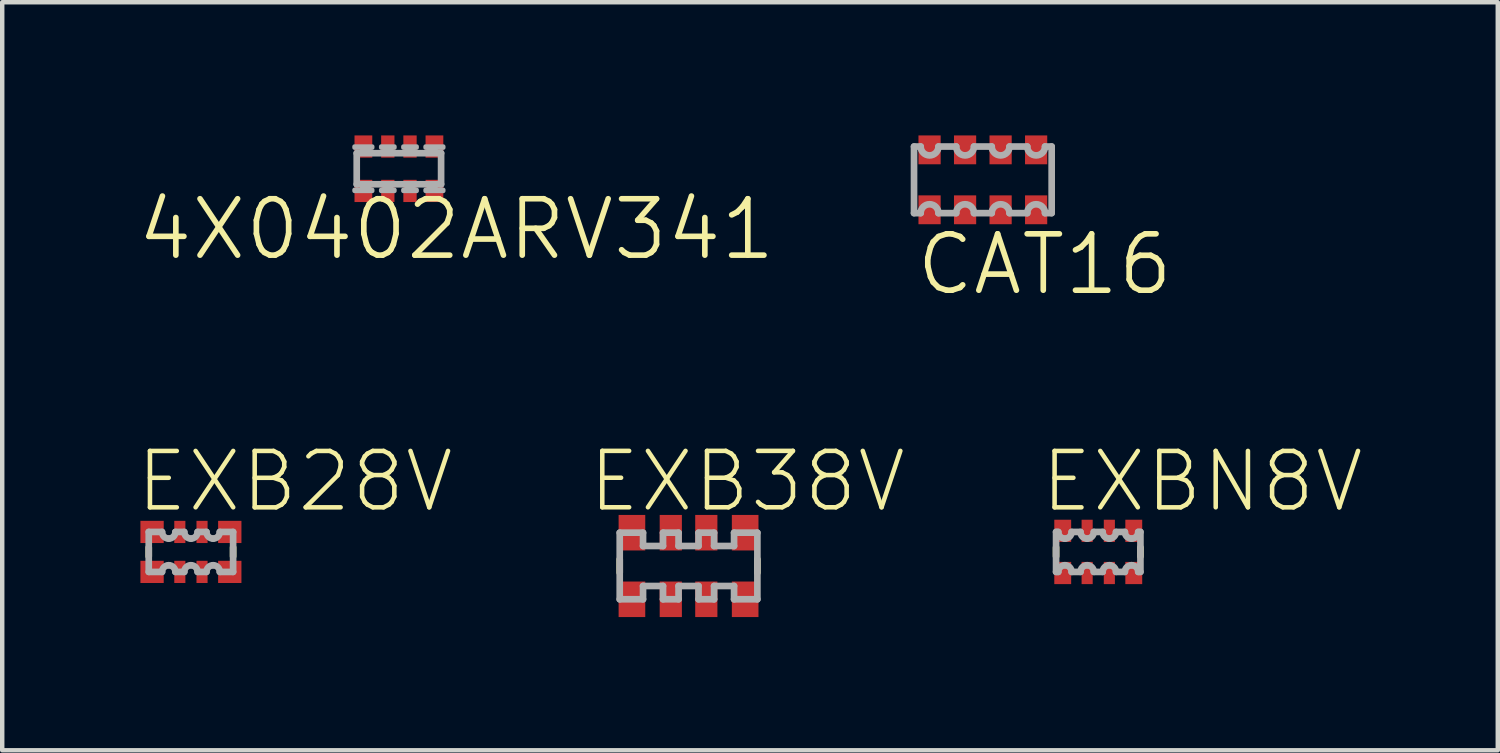
<source format=kicad_pcb>
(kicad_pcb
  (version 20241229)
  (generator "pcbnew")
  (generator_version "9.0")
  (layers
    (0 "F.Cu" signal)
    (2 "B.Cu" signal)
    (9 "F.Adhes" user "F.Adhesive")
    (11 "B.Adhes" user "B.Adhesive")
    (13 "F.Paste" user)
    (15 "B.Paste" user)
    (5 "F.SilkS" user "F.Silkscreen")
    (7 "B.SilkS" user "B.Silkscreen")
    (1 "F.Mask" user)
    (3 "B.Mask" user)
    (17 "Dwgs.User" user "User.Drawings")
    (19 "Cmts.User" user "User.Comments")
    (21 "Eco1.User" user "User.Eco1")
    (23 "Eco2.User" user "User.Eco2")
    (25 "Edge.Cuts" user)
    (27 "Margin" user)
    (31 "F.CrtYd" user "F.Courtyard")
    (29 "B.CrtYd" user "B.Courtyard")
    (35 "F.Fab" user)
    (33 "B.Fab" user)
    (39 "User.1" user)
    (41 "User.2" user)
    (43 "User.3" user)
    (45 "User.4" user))
  (footprint "EXB38V"
    (layer "F.Cu")
    (at 12.457 9.697)
    (property "Reference" "EXB38V" (at 1.323 -1.905 0) (layer "F.SilkS") (effects (font (size 1.27 1.27) (thickness 0.102))))
    (attr through_hole)
    (fp_line (start -1.55 0.15) (end -1.55 -0.15) (stroke (width 0.15) (type solid)) (layer "F.SilkS"))
    (fp_line (start 1.55 -0.15) (end 1.55 0.15) (stroke (width 0.15) (type solid)) (layer "F.SilkS"))
    (fp_line (start -1.55 -0.75) (end -1.025 -0.75) (stroke (width 0.15) (type solid)) (layer "F.Fab"))
    (fp_line (start -1.55 0.75) (end -1.55 -0.75) (stroke (width 0.15) (type solid)) (layer "F.Fab"))
    (fp_line (start -1.025 -0.75) (end -1.025 -0.45) (stroke (width 0.15) (type solid)) (layer "F.Fab"))
    (fp_line (start -1.025 -0.45) (end -0.575 -0.45) (stroke (width 0.15) (type solid)) (layer "F.Fab"))
    (fp_line (start -1.025 0.45) (end -1.025 0.75) (stroke (width 0.15) (type solid)) (layer "F.Fab"))
    (fp_line (start -1.025 0.75) (end -1.55 0.75) (stroke (width 0.15) (type solid)) (layer "F.Fab"))
    (fp_line (start -0.575 -0.75) (end -0.225 -0.75) (stroke (width 0.15) (type solid)) (layer "F.Fab"))
    (fp_line (start -0.575 -0.45) (end -0.575 -0.75) (stroke (width 0.15) (type solid)) (layer "F.Fab"))
    (fp_line (start -0.575 0.45) (end -1.025 0.45) (stroke (width 0.15) (type solid)) (layer "F.Fab"))
    (fp_line (start -0.575 0.75) (end -0.575 0.45) (stroke (width 0.15) (type solid)) (layer "F.Fab"))
    (fp_line (start -0.225 -0.75) (end -0.225 -0.45) (stroke (width 0.15) (type solid)) (layer "F.Fab"))
    (fp_line (start -0.225 -0.45) (end 0.225 -0.45) (stroke (width 0.15) (type solid)) (layer "F.Fab"))
    (fp_line (start -0.225 0.45) (end -0.225 0.75) (stroke (width 0.15) (type solid)) (layer "F.Fab"))
    (fp_line (start -0.225 0.75) (end -0.575 0.75) (stroke (width 0.15) (type solid)) (layer "F.Fab"))
    (fp_line (start 0.225 -0.75) (end 0.575 -0.75) (stroke (width 0.15) (type solid)) (layer "F.Fab"))
    (fp_line (start 0.225 -0.45) (end 0.225 -0.75) (stroke (width 0.15) (type solid)) (layer "F.Fab"))
    (fp_line (start 0.225 0.45) (end -0.225 0.45) (stroke (width 0.15) (type solid)) (layer "F.Fab"))
    (fp_line (start 0.225 0.75) (end 0.225 0.45) (stroke (width 0.15) (type solid)) (layer "F.Fab"))
    (fp_line (start 0.575 -0.75) (end 0.575 -0.45) (stroke (width 0.15) (type solid)) (layer "F.Fab"))
    (fp_line (start 0.575 -0.45) (end 1.025 -0.45) (stroke (width 0.15) (type solid)) (layer "F.Fab"))
    (fp_line (start 0.575 0.45) (end 0.575 0.75) (stroke (width 0.15) (type solid)) (layer "F.Fab"))
    (fp_line (start 0.575 0.75) (end 0.225 0.75) (stroke (width 0.15) (type solid)) (layer "F.Fab"))
    (fp_line (start 1.025 -0.75) (end 1.55 -0.75) (stroke (width 0.15) (type solid)) (layer "F.Fab"))
    (fp_line (start 1.025 -0.45) (end 1.025 -0.75) (stroke (width 0.15) (type solid)) (layer "F.Fab"))
    (fp_line (start 1.025 0.45) (end 0.575 0.45) (stroke (width 0.15) (type solid)) (layer "F.Fab"))
    (fp_line (start 1.025 0.75) (end 1.025 0.45) (stroke (width 0.15) (type solid)) (layer "F.Fab"))
    (fp_line (start 1.55 -0.75) (end 1.55 0.75) (stroke (width 0.15) (type solid)) (layer "F.Fab"))
    (fp_line (start 1.55 0.75) (end 1.025 0.75) (stroke (width 0.15) (type solid)) (layer "F.Fab"))
    (pad "1" smd rect (at -1.275 0.75) (size 0.6 0.8) (layers "F.Cu" "F.Mask" "F.Paste"))
    (pad "2" smd rect (at -0.4 0.75) (size 0.5 0.8) (layers "F.Cu" "F.Mask" "F.Paste"))
    (pad "3" smd rect (at 0.4 0.75) (size 0.5 0.8) (layers "F.Cu" "F.Mask" "F.Paste"))
    (pad "4" smd rect (at 1.275 0.75) (size 0.6 0.8) (layers "F.Cu" "F.Mask" "F.Paste"))
    (pad "5" smd rect (at 1.275 -0.75) (size 0.6 0.8) (layers "F.Cu" "F.Mask" "F.Paste"))
    (pad "6" smd rect (at 0.4 -0.75) (size 0.5 0.8) (layers "F.Cu" "F.Mask" "F.Paste"))
    (pad "7" smd rect (at -0.4 -0.75) (size 0.5 0.8) (layers "F.Cu" "F.Mask" "F.Paste"))
    (pad "8" smd rect (at -1.275 -0.75) (size 0.6 0.8) (layers "F.Cu" "F.Mask" "F.Paste")))
  (footprint "CAT16"
    (layer "F.Cu")
    (at 19.085 1)
    (property "Reference" "CAT16" (at 1.391 1.905 0) (layer "F.SilkS") (effects (font (size 1.27 1.27) (thickness 0.127))))
    (attr through_hole)
    (fp_line (start -1.55 -0.75) (end -1.4 -0.75) (stroke (width 0.15) (type solid)) (layer "F.Fab"))
    (fp_line (start -1.55 0.75) (end -1.55 -0.75) (stroke (width 0.15) (type solid)) (layer "F.Fab"))
    (fp_line (start -1.4 0.75) (end -1.55 0.75) (stroke (width 0.15) (type solid)) (layer "F.Fab"))
    (fp_line (start -1 -0.75) (end -0.6 -0.75) (stroke (width 0.15) (type solid)) (layer "F.Fab"))
    (fp_line (start -0.6 0.75) (end -1 0.75) (stroke (width 0.15) (type solid)) (layer "F.Fab"))
    (fp_line (start -0.2 -0.75) (end 0.2 -0.75) (stroke (width 0.15) (type solid)) (layer "F.Fab"))
    (fp_line (start 0.2 0.75) (end -0.2 0.75) (stroke (width 0.15) (type solid)) (layer "F.Fab"))
    (fp_line (start 0.6 -0.75) (end 1 -0.75) (stroke (width 0.15) (type solid)) (layer "F.Fab"))
    (fp_line (start 1 0.75) (end 0.6 0.75) (stroke (width 0.15) (type solid)) (layer "F.Fab"))
    (fp_line (start 1.4 -0.75) (end 1.55 -0.75) (stroke (width 0.15) (type solid)) (layer "F.Fab"))
    (fp_line (start 1.55 -0.75) (end 1.55 0.75) (stroke (width 0.15) (type solid)) (layer "F.Fab"))
    (fp_line (start 1.55 0.75) (end 1.4 0.75) (stroke (width 0.15) (type solid)) (layer "F.Fab"))
    (fp_arc (start -1.4 0.75) (mid -1.2 0.55) (end -1 0.75) (stroke (width 0.15) (type solid)) (layer "F.Fab"))
    (fp_arc (start -1 -0.75) (mid -1.2 -0.55) (end -1.4 -0.75) (stroke (width 0.15) (type solid)) (layer "F.Fab"))
    (fp_arc (start -0.6 0.75) (mid -0.4 0.55) (end -0.2 0.75) (stroke (width 0.15) (type solid)) (layer "F.Fab"))
    (fp_arc (start -0.2 -0.75) (mid -0.4 -0.55) (end -0.6 -0.75) (stroke (width 0.15) (type solid)) (layer "F.Fab"))
    (fp_arc (start 0.2 0.75) (mid 0.4 0.55) (end 0.6 0.75) (stroke (width 0.15) (type solid)) (layer "F.Fab"))
    (fp_arc (start 0.6 -0.75) (mid 0.4 -0.55) (end 0.2 -0.75) (stroke (width 0.15) (type solid)) (layer "F.Fab"))
    (fp_arc (start 1 0.75) (mid 1.2 0.55) (end 1.4 0.75) (stroke (width 0.15) (type solid)) (layer "F.Fab"))
    (fp_arc (start 1.4 -0.75) (mid 1.2 -0.55) (end 1 -0.75) (stroke (width 0.15) (type solid)) (layer "F.Fab"))
    (pad "1" smd rect (at -1.2 0.675) (size 0.5 0.65) (layers "F.Cu" "F.Mask" "F.Paste"))
    (pad "2" smd rect (at -0.4 0.675) (size 0.5 0.65) (layers "F.Cu" "F.Mask" "F.Paste"))
    (pad "3" smd rect (at 0.4 0.675) (size 0.5 0.65) (layers "F.Cu" "F.Mask" "F.Paste"))
    (pad "4" smd rect (at 1.2 0.675) (size 0.5 0.65) (layers "F.Cu" "F.Mask" "F.Paste"))
    (pad "5" smd rect (at 1.2 -0.675) (size 0.5 0.65) (layers "F.Cu" "F.Mask" "F.Paste"))
    (pad "6" smd rect (at 0.4 -0.675) (size 0.5 0.65) (layers "F.Cu" "F.Mask" "F.Paste"))
    (pad "7" smd rect (at -0.4 -0.675) (size 0.5 0.65) (layers "F.Cu" "F.Mask" "F.Paste"))
    (pad "8" smd rect (at -1.2 -0.675) (size 0.5 0.65) (layers "F.Cu" "F.Mask" "F.Paste")))
  (footprint "EXBN8V"
    (layer "F.Cu")
    (at 21.684 9.38)
    (property "Reference" "EXBN8V" (at 2.343 -1.587 0) (layer "F.SilkS") (effects (font (size 1.27 1.27) (thickness 0.102))))
    (attr through_hole)
    (fp_line (start -0.95 0.1) (end -0.95 -0.1) (stroke (width 0.15) (type solid)) (layer "F.SilkS"))
    (fp_line (start 0.95 -0.1) (end 0.95 0.1) (stroke (width 0.15) (type solid)) (layer "F.SilkS"))
    (fp_line (start -0.95 -0.45) (end -0.9 -0.45) (stroke (width 0.15) (type solid)) (layer "F.Fab"))
    (fp_line (start -0.95 0.45) (end -0.95 -0.45) (stroke (width 0.15) (type solid)) (layer "F.Fab"))
    (fp_line (start -0.9 0.45) (end -0.95 0.45) (stroke (width 0.15) (type solid)) (layer "F.Fab"))
    (fp_line (start -0.6 -0.45) (end -0.4 -0.45) (stroke (width 0.15) (type solid)) (layer "F.Fab"))
    (fp_line (start -0.4 0.45) (end -0.6 0.45) (stroke (width 0.15) (type solid)) (layer "F.Fab"))
    (fp_line (start -0.1 -0.45) (end 0.1 -0.45) (stroke (width 0.15) (type solid)) (layer "F.Fab"))
    (fp_line (start 0.1 0.45) (end -0.1 0.45) (stroke (width 0.15) (type solid)) (layer "F.Fab"))
    (fp_line (start 0.4 -0.45) (end 0.6 -0.45) (stroke (width 0.15) (type solid)) (layer "F.Fab"))
    (fp_line (start 0.6 0.45) (end 0.4 0.45) (stroke (width 0.15) (type solid)) (layer "F.Fab"))
    (fp_line (start 0.9 -0.45) (end 0.95 -0.45) (stroke (width 0.15) (type solid)) (layer "F.Fab"))
    (fp_line (start 0.95 -0.45) (end 0.95 0.45) (stroke (width 0.15) (type solid)) (layer "F.Fab"))
    (fp_line (start 0.95 0.45) (end 0.9 0.45) (stroke (width 0.15) (type solid)) (layer "F.Fab"))
    (fp_arc (start -0.9 0.45) (mid -0.856066 0.343934) (end -0.75 0.3) (stroke (width 0.15) (type solid)) (layer "F.Fab"))
    (fp_arc (start -0.75 -0.3) (mid -0.856066 -0.343934) (end -0.9 -0.45) (stroke (width 0.15) (type solid)) (layer "F.Fab"))
    (fp_arc (start -0.75 0.3) (mid -0.643934 0.343934) (end -0.6 0.45) (stroke (width 0.15) (type solid)) (layer "F.Fab"))
    (fp_arc (start -0.6 -0.45) (mid -0.643934 -0.343934) (end -0.75 -0.3) (stroke (width 0.15) (type solid)) (layer "F.Fab"))
    (fp_arc (start -0.4 0.45) (mid -0.356066 0.343934) (end -0.25 0.3) (stroke (width 0.15) (type solid)) (layer "F.Fab"))
    (fp_arc (start -0.25 -0.3) (mid -0.356066 -0.343934) (end -0.4 -0.45) (stroke (width 0.15) (type solid)) (layer "F.Fab"))
    (fp_arc (start -0.25 0.3) (mid -0.143934 0.343934) (end -0.1 0.45) (stroke (width 0.15) (type solid)) (layer "F.Fab"))
    (fp_arc (start -0.1 -0.45) (mid -0.143934 -0.343934) (end -0.25 -0.3) (stroke (width 0.15) (type solid)) (layer "F.Fab"))
    (fp_arc (start 0.1 0.45) (mid 0.143934 0.343934) (end 0.25 0.3) (stroke (width 0.15) (type solid)) (layer "F.Fab"))
    (fp_arc (start 0.25 -0.3) (mid 0.143934 -0.343934) (end 0.1 -0.45) (stroke (width 0.15) (type solid)) (layer "F.Fab"))
    (fp_arc (start 0.25 0.3) (mid 0.356066 0.343934) (end 0.4 0.45) (stroke (width 0.15) (type solid)) (layer "F.Fab"))
    (fp_arc (start 0.4 -0.45) (mid 0.356066 -0.343934) (end 0.25 -0.3) (stroke (width 0.15) (type solid)) (layer "F.Fab"))
    (fp_arc (start 0.6 0.45) (mid 0.643934 0.343934) (end 0.75 0.3) (stroke (width 0.15) (type solid)) (layer "F.Fab"))
    (fp_arc (start 0.75 -0.3) (mid 0.643934 -0.343934) (end 0.6 -0.45) (stroke (width 0.15) (type solid)) (layer "F.Fab"))
    (fp_arc (start 0.75 0.3) (mid 0.856066 0.343934) (end 0.9 0.45) (stroke (width 0.15) (type solid)) (layer "F.Fab"))
    (fp_arc (start 0.9 -0.45) (mid 0.856066 -0.343934) (end 0.75 -0.3) (stroke (width 0.15) (type solid)) (layer "F.Fab"))
    (pad "1" smd rect (at -0.8 0.475) (size 0.38 0.5) (layers "F.Cu" "F.Mask" "F.Paste"))
    (pad "2" smd rect (at -0.25 0.475) (size 0.25 0.5) (layers "F.Cu" "F.Mask" "F.Paste"))
    (pad "3" smd rect (at 0.25 0.475) (size 0.25 0.5) (layers "F.Cu" "F.Mask" "F.Paste"))
    (pad "4" smd rect (at 0.8 0.475) (size 0.38 0.5) (layers "F.Cu" "F.Mask" "F.Paste"))
    (pad "5" smd rect (at 0.8 -0.475) (size 0.38 0.5) (layers "F.Cu" "F.Mask" "F.Paste"))
    (pad "6" smd rect (at 0.25 -0.475) (size 0.25 0.5) (layers "F.Cu" "F.Mask" "F.Paste"))
    (pad "7" smd rect (at -0.25 -0.475) (size 0.25 0.5) (layers "F.Cu" "F.Mask" "F.Paste"))
    (pad "8" smd rect (at -0.8 -0.475) (size 0.38 0.5) (layers "F.Cu" "F.Mask" "F.Paste")))
  (footprint "EXB28V"
    (layer "F.Cu")
    (at 1.25 9.38)
    (property "Reference" "EXB28V" (at 2.343 -1.587 0) (layer "F.SilkS") (effects (font (size 1.27 1.27) (thickness 0.102))))
    (attr through_hole)
    (fp_line (start -0.95 0.1) (end -0.95 -0.1) (stroke (width 0.15) (type solid)) (layer "F.SilkS"))
    (fp_line (start 0.95 -0.1) (end 0.95 0.1) (stroke (width 0.15) (type solid)) (layer "F.SilkS"))
    (fp_line (start -0.95 -0.45) (end -0.65 -0.45) (stroke (width 0.15) (type solid)) (layer "F.Fab"))
    (fp_line (start -0.95 0.45) (end -0.95 -0.45) (stroke (width 0.15) (type solid)) (layer "F.Fab"))
    (fp_line (start -0.65 0.45) (end -0.95 0.45) (stroke (width 0.15) (type solid)) (layer "F.Fab"))
    (fp_line (start -0.35 -0.45) (end -0.15 -0.45) (stroke (width 0.15) (type solid)) (layer "F.Fab"))
    (fp_line (start -0.15 0.45) (end -0.35 0.45) (stroke (width 0.15) (type solid)) (layer "F.Fab"))
    (fp_line (start 0.15 -0.45) (end 0.35 -0.45) (stroke (width 0.15) (type solid)) (layer "F.Fab"))
    (fp_line (start 0.35 0.45) (end 0.15 0.45) (stroke (width 0.15) (type solid)) (layer "F.Fab"))
    (fp_line (start 0.65 -0.45) (end 0.95 -0.45) (stroke (width 0.15) (type solid)) (layer "F.Fab"))
    (fp_line (start 0.95 -0.45) (end 0.95 0.45) (stroke (width 0.15) (type solid)) (layer "F.Fab"))
    (fp_line (start 0.95 0.45) (end 0.65 0.45) (stroke (width 0.15) (type solid)) (layer "F.Fab"))
    (fp_arc (start -0.65 0.45) (mid -0.606066 0.343934) (end -0.5 0.3) (stroke (width 0.15) (type solid)) (layer "F.Fab"))
    (fp_arc (start -0.5 -0.3) (mid -0.606066 -0.343934) (end -0.65 -0.45) (stroke (width 0.15) (type solid)) (layer "F.Fab"))
    (fp_arc (start -0.5 0.3) (mid -0.393934 0.343934) (end -0.35 0.45) (stroke (width 0.15) (type solid)) (layer "F.Fab"))
    (fp_arc (start -0.35 -0.45) (mid -0.393934 -0.343934) (end -0.5 -0.3) (stroke (width 0.15) (type solid)) (layer "F.Fab"))
    (fp_arc (start -0.15 0.45) (mid -0.106066 0.343934) (end 0 0.3) (stroke (width 0.15) (type solid)) (layer "F.Fab"))
    (fp_arc (start 0 -0.3) (mid -0.106066 -0.343934) (end -0.15 -0.45) (stroke (width 0.15) (type solid)) (layer "F.Fab"))
    (fp_arc (start 0 0.3) (mid 0.106066 0.343934) (end 0.15 0.45) (stroke (width 0.15) (type solid)) (layer "F.Fab"))
    (fp_arc (start 0.15 -0.45) (mid 0.106066 -0.343934) (end 0 -0.3) (stroke (width 0.15) (type solid)) (layer "F.Fab"))
    (fp_arc (start 0.35 0.45) (mid 0.393934 0.343934) (end 0.5 0.3) (stroke (width 0.15) (type solid)) (layer "F.Fab"))
    (fp_arc (start 0.5 -0.3) (mid 0.393934 -0.343934) (end 0.35 -0.45) (stroke (width 0.15) (type solid)) (layer "F.Fab"))
    (fp_arc (start 0.5 0.3) (mid 0.606066 0.343934) (end 0.65 0.45) (stroke (width 0.15) (type solid)) (layer "F.Fab"))
    (fp_arc (start 0.65 -0.45) (mid 0.606066 -0.343934) (end 0.5 -0.3) (stroke (width 0.15) (type solid)) (layer "F.Fab"))
    (pad "1" smd rect (at -0.875 0.45) (size 0.525 0.5) (layers "F.Cu" "F.Mask" "F.Paste"))
    (pad "2" smd rect (at -0.25 0.45) (size 0.25 0.5) (layers "F.Cu" "F.Mask" "F.Paste"))
    (pad "3" smd rect (at 0.25 0.45) (size 0.25 0.5) (layers "F.Cu" "F.Mask" "F.Paste"))
    (pad "4" smd rect (at 0.875 0.45) (size 0.525 0.5) (layers "F.Cu" "F.Mask" "F.Paste"))
    (pad "5" smd rect (at 0.875 -0.45) (size 0.525 0.5) (layers "F.Cu" "F.Mask" "F.Paste"))
    (pad "6" smd rect (at 0.25 -0.45) (size 0.25 0.5) (layers "F.Cu" "F.Mask" "F.Paste"))
    (pad "7" smd rect (at -0.25 -0.45) (size 0.25 0.5) (layers "F.Cu" "F.Mask" "F.Paste"))
    (pad "8" smd rect (at -0.875 -0.45) (size 0.525 0.5) (layers "F.Cu" "F.Mask" "F.Paste")))
  (footprint "4X0402ARV341"
    (layer "F.Cu")
    (at 5.934 0.75)
    (property "Reference" "4X0402ARV341" (at 1.296 1.365 0) (layer "F.SilkS") (effects (font (size 1.27 1.27) (thickness 0.127))))
    (attr through_hole)
    (fp_line (start -0.95 -0.35) (end 0.95 -0.35) (stroke (width 0.15) (type solid)) (layer "F.Fab"))
    (fp_line (start -0.95 0.35) (end -0.95 -0.35) (stroke (width 0.15) (type solid)) (layer "F.Fab"))
    (fp_line (start 0.95 -0.35) (end 0.95 0.35) (stroke (width 0.15) (type solid)) (layer "F.Fab"))
    (fp_line (start 0.95 0.35) (end -0.95 0.35) (stroke (width 0.15) (type solid)) (layer "F.Fab"))
    (fp_poly (pts (xy -1 -0.5) (xy -0.6 -0.5) (xy -0.6 -0.475) (xy -1 -0.475)) (stroke (width 0.1) (type solid)) (fill no) (layer "F.Fab"))
    (fp_poly (pts (xy -1 0.475) (xy -0.6 0.475) (xy -0.6 0.5) (xy -1 0.5)) (stroke (width 0.1) (type solid)) (fill no) (layer "F.Fab"))
    (fp_poly (pts (xy -0.825 -0.475) (xy -0.675 -0.475) (xy -0.675 -0.4) (xy -0.825 -0.4)) (stroke (width 0.1) (type solid)) (fill no) (layer "F.Fab"))
    (fp_poly (pts (xy -0.825 0.4) (xy -0.675 0.4) (xy -0.675 0.475) (xy -0.825 0.475)) (stroke (width 0.1) (type solid)) (fill no) (layer "F.Fab"))
    (fp_poly (pts (xy -0.4 -0.5) (xy -0.1 -0.5) (xy -0.1 -0.475) (xy -0.4 -0.475)) (stroke (width 0.1) (type solid)) (fill no) (layer "F.Fab"))
    (fp_poly (pts (xy -0.4 0.475) (xy -0.1 0.475) (xy -0.1 0.5) (xy -0.4 0.5)) (stroke (width 0.1) (type solid)) (fill no) (layer "F.Fab"))
    (fp_poly (pts (xy -0.325 -0.475) (xy -0.175 -0.475) (xy -0.175 -0.4) (xy -0.325 -0.4)) (stroke (width 0.1) (type solid)) (fill no) (layer "F.Fab"))
    (fp_poly (pts (xy -0.325 0.4) (xy -0.175 0.4) (xy -0.175 0.475) (xy -0.325 0.475)) (stroke (width 0.1) (type solid)) (fill no) (layer "F.Fab"))
    (fp_poly (pts (xy 0.1 -0.5) (xy 0.4 -0.5) (xy 0.4 -0.475) (xy 0.1 -0.475)) (stroke (width 0.1) (type solid)) (fill no) (layer "F.Fab"))
    (fp_poly (pts (xy 0.1 0.475) (xy 0.4 0.475) (xy 0.4 0.5) (xy 0.1 0.5)) (stroke (width 0.1) (type solid)) (fill no) (layer "F.Fab"))
    (fp_poly (pts (xy 0.175 -0.475) (xy 0.325 -0.475) (xy 0.325 -0.4) (xy 0.175 -0.4)) (stroke (width 0.1) (type solid)) (fill no) (layer "F.Fab"))
    (fp_poly (pts (xy 0.175 0.4) (xy 0.325 0.4) (xy 0.325 0.475) (xy 0.175 0.475)) (stroke (width 0.1) (type solid)) (fill no) (layer "F.Fab"))
    (fp_poly (pts (xy 0.6 -0.5) (xy 1 -0.5) (xy 1 -0.475) (xy 0.6 -0.475)) (stroke (width 0.1) (type solid)) (fill no) (layer "F.Fab"))
    (fp_poly (pts (xy 0.6 0.475) (xy 1 0.475) (xy 1 0.5) (xy 0.6 0.5)) (stroke (width 0.1) (type solid)) (fill no) (layer "F.Fab"))
    (fp_poly (pts (xy 0.675 -0.475) (xy 0.825 -0.475) (xy 0.825 -0.4) (xy 0.675 -0.4)) (stroke (width 0.1) (type solid)) (fill no) (layer "F.Fab"))
    (fp_poly (pts (xy 0.675 0.4) (xy 0.825 0.4) (xy 0.825 0.475) (xy 0.675 0.475)) (stroke (width 0.1) (type solid)) (fill no) (layer "F.Fab"))
    (pad "1" smd rect (at -0.8 0.5) (size 0.4 0.5) (layers "F.Cu" "F.Mask" "F.Paste"))
    (pad "2" smd rect (at -0.25 0.5) (size 0.3 0.5) (layers "F.Cu" "F.Mask" "F.Paste"))
    (pad "3" smd rect (at 0.25 0.5) (size 0.3 0.5) (layers "F.Cu" "F.Mask" "F.Paste"))
    (pad "4" smd rect (at 0.8 0.5) (size 0.4 0.5) (layers "F.Cu" "F.Mask" "F.Paste"))
    (pad "5" smd rect (at 0.8 -0.5) (size 0.4 0.5) (layers "F.Cu" "F.Mask" "F.Paste"))
    (pad "6" smd rect (at 0.25 -0.5) (size 0.3 0.5) (layers "F.Cu" "F.Mask" "F.Paste"))
    (pad "7" smd rect (at -0.25 -0.5) (size 0.3 0.5) (layers "F.Cu" "F.Mask" "F.Paste"))
    (pad "8" smd rect (at -0.8 -0.5) (size 0.4 0.5) (layers "F.Cu" "F.Mask" "F.Paste")))
  (gr_rect
    (start -3 -3)
    (end 30.682 13.847)
    (stroke (width 0.1) (type default))
    (fill no)
    (layer "Edge.Cuts")))
</source>
